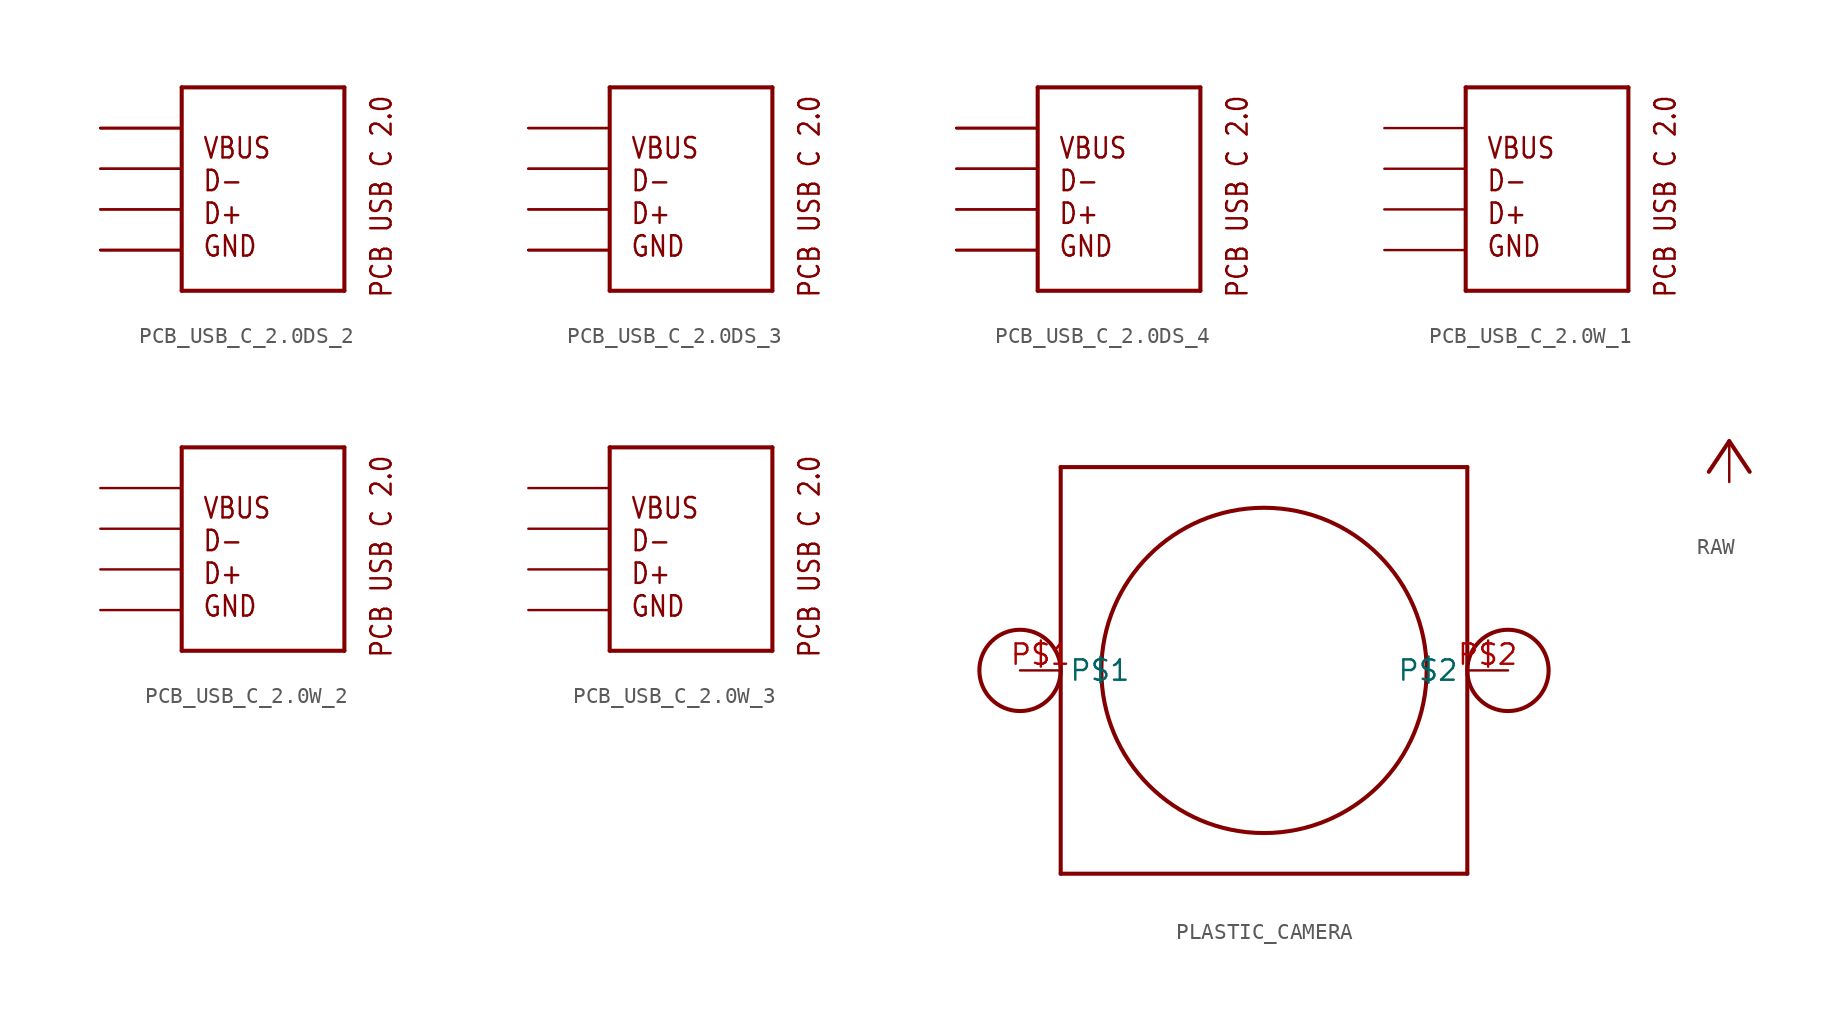
<source format=kicad_sym>
(kicad_symbol_lib
  (version 20231120)
  (generator "kicad_symbol_editor")
  (generator_version "8.0")
  (symbol "PCB_USB_C_2.0DS_2"
    (property "Reference" ""
      (at -1.778 5.842 0)
      (effects (font (size 1.27 1.079)) (justify left bottom) (hide yes)))
    (property "ki_locked" ""
      (at 0 0 0)
      (effects (font (size 1.27 1.27))))
    (symbol "PCB_USB_C_2.0DS_2_1_0"
      (polyline (pts (xy -2.54 -7.62) (xy 7.62 -7.62)) (stroke (width 0.254) (type solid)) (fill (type none)))
      (polyline (pts (xy -2.54 5.08) (xy -2.54 -7.62)) (stroke (width 0.254) (type solid)) (fill (type none)))
      (polyline (pts (xy -2.54 5.08) (xy 7.62 5.08)) (stroke (width 0.254) (type solid)) (fill (type none)))
      (polyline (pts (xy 7.62 -7.62) (xy 7.62 5.08)) (stroke (width 0.254) (type solid)) (fill (type none)))
      (text "PCB USB C 2.0" (at 10.668 -8.128 900) (effects (font (size 1.27 1.079)) (justify left bottom)))
      (text "VBUS\nD-\nD+\nGND" (at -1.27 -5.588 0) (effects (font (size 1.27 1.079)) (justify left bottom)))
      (pin bidirectional line (at -7.62 -5.08 0) (length 5.08) (name "GND" (effects (font (size 0 0)))) (number "A1" (effects (font (size 0 0)))))
      (pin bidirectional line (at -7.62 -5.08 0) (length 5.08) (name "GND" (effects (font (size 0 0)))) (number "A12" (effects (font (size 0 0)))))
      (pin bidirectional line (at -7.62 2.54 0) (length 5.08) (name "VBUS" (effects (font (size 0 0)))) (number "A4" (effects (font (size 0 0)))))
      (pin bidirectional line (at -7.62 -2.54 0) (length 5.08) (name "D+" (effects (font (size 0 0)))) (number "A6" (effects (font (size 0 0)))))
      (pin bidirectional line (at -7.62 0 0) (length 5.08) (name "D-" (effects (font (size 0 0)))) (number "A7" (effects (font (size 0 0)))))
      (pin bidirectional line (at -7.62 2.54 0) (length 5.08) (name "VBUS" (effects (font (size 0 0)))) (number "A9" (effects (font (size 0 0)))))
      (pin bidirectional line (at -7.62 -5.08 0) (length 5.08) (name "GND" (effects (font (size 0 0)))) (number "B1" (effects (font (size 0 0)))))
      (pin bidirectional line (at -7.62 -5.08 0) (length 5.08) (name "GND" (effects (font (size 0 0)))) (number "B12" (effects (font (size 0 0)))))
      (pin bidirectional line (at -7.62 2.54 0) (length 5.08) (name "VBUS" (effects (font (size 0 0)))) (number "B4" (effects (font (size 0 0)))))
      (pin bidirectional line (at -7.62 -2.54 0) (length 5.08) (name "D+" (effects (font (size 0 0)))) (number "B6" (effects (font (size 0 0)))))
      (pin bidirectional line (at -7.62 0 0) (length 5.08) (name "D-" (effects (font (size 0 0)))) (number "B7" (effects (font (size 0 0)))))
      (pin bidirectional line (at -7.62 2.54 0) (length 5.08) (name "VBUS" (effects (font (size 0 0)))) (number "B9" (effects (font (size 0 0)))))))
  (symbol "PCB_USB_C_2.0DS_3"
    (property "Reference" ""
      (at -1.778 5.842 0)
      (effects (font (size 1.27 1.079)) (justify left bottom) (hide yes)))
    (property "ki_locked" ""
      (at 0 0 0)
      (effects (font (size 1.27 1.27))))
    (symbol "PCB_USB_C_2.0DS_3_1_0"
      (polyline (pts (xy -2.54 -7.62) (xy 7.62 -7.62)) (stroke (width 0.254) (type solid)) (fill (type none)))
      (polyline (pts (xy -2.54 5.08) (xy -2.54 -7.62)) (stroke (width 0.254) (type solid)) (fill (type none)))
      (polyline (pts (xy -2.54 5.08) (xy 7.62 5.08)) (stroke (width 0.254) (type solid)) (fill (type none)))
      (polyline (pts (xy 7.62 -7.62) (xy 7.62 5.08)) (stroke (width 0.254) (type solid)) (fill (type none)))
      (text "PCB USB C 2.0" (at 10.668 -8.128 900) (effects (font (size 1.27 1.079)) (justify left bottom)))
      (text "VBUS\nD-\nD+\nGND" (at -1.27 -5.588 0) (effects (font (size 1.27 1.079)) (justify left bottom)))
      (pin bidirectional line (at -7.62 -5.08 0) (length 5.08) (name "GND" (effects (font (size 0 0)))) (number "A1" (effects (font (size 0 0)))))
      (pin bidirectional line (at -7.62 -5.08 0) (length 5.08) (name "GND" (effects (font (size 0 0)))) (number "A12" (effects (font (size 0 0)))))
      (pin bidirectional line (at -7.62 2.54 0) (length 5.08) (name "VBUS" (effects (font (size 0 0)))) (number "A4" (effects (font (size 0 0)))))
      (pin bidirectional line (at -7.62 -2.54 0) (length 5.08) (name "D+" (effects (font (size 0 0)))) (number "A6" (effects (font (size 0 0)))))
      (pin bidirectional line (at -7.62 0 0) (length 5.08) (name "D-" (effects (font (size 0 0)))) (number "A7" (effects (font (size 0 0)))))
      (pin bidirectional line (at -7.62 2.54 0) (length 5.08) (name "VBUS" (effects (font (size 0 0)))) (number "A9" (effects (font (size 0 0)))))
      (pin bidirectional line (at -7.62 -5.08 0) (length 5.08) (name "GND" (effects (font (size 0 0)))) (number "B1" (effects (font (size 0 0)))))
      (pin bidirectional line (at -7.62 -5.08 0) (length 5.08) (name "GND" (effects (font (size 0 0)))) (number "B12" (effects (font (size 0 0)))))
      (pin bidirectional line (at -7.62 -2.54 0) (length 5.08) (name "D+" (effects (font (size 0 0)))) (number "B6" (effects (font (size 0 0)))))
      (pin bidirectional line (at -7.62 0 0) (length 5.08) (name "D-" (effects (font (size 0 0)))) (number "B7" (effects (font (size 0 0)))))))
  (symbol "PCB_USB_C_2.0DS_4"
    (property "Reference" ""
      (at -1.778 5.842 0)
      (effects (font (size 1.27 1.079)) (justify left bottom) (hide yes)))
    (property "ki_locked" ""
      (at 0 0 0)
      (effects (font (size 1.27 1.27))))
    (symbol "PCB_USB_C_2.0DS_4_1_0"
      (polyline (pts (xy -2.54 -7.62) (xy 7.62 -7.62)) (stroke (width 0.254) (type solid)) (fill (type none)))
      (polyline (pts (xy -2.54 5.08) (xy -2.54 -7.62)) (stroke (width 0.254) (type solid)) (fill (type none)))
      (polyline (pts (xy -2.54 5.08) (xy 7.62 5.08)) (stroke (width 0.254) (type solid)) (fill (type none)))
      (polyline (pts (xy 7.62 -7.62) (xy 7.62 5.08)) (stroke (width 0.254) (type solid)) (fill (type none)))
      (text "PCB USB C 2.0" (at 10.668 -8.128 900) (effects (font (size 1.27 1.079)) (justify left bottom)))
      (text "VBUS\nD-\nD+\nGND" (at -1.27 -5.588 0) (effects (font (size 1.27 1.079)) (justify left bottom)))
      (pin bidirectional line (at -7.62 -5.08 0) (length 5.08) (name "GND" (effects (font (size 0 0)))) (number "A1" (effects (font (size 0 0)))))
      (pin bidirectional line (at -7.62 -5.08 0) (length 5.08) (name "GND" (effects (font (size 0 0)))) (number "A12" (effects (font (size 0 0)))))
      (pin bidirectional line (at -7.62 2.54 0) (length 5.08) (name "VBUS" (effects (font (size 0 0)))) (number "A4" (effects (font (size 0 0)))))
      (pin bidirectional line (at -7.62 -2.54 0) (length 5.08) (name "D+" (effects (font (size 0 0)))) (number "A6" (effects (font (size 0 0)))))
      (pin bidirectional line (at -7.62 0 0) (length 5.08) (name "D-" (effects (font (size 0 0)))) (number "A7" (effects (font (size 0 0)))))
      (pin bidirectional line (at -7.62 2.54 0) (length 5.08) (name "VBUS" (effects (font (size 0 0)))) (number "A9" (effects (font (size 0 0)))))
      (pin bidirectional line (at -7.62 -5.08 0) (length 5.08) (name "GND" (effects (font (size 0 0)))) (number "B1" (effects (font (size 0 0)))))
      (pin bidirectional line (at -7.62 -5.08 0) (length 5.08) (name "GND" (effects (font (size 0 0)))) (number "B12" (effects (font (size 0 0)))))
      (pin bidirectional line (at -7.62 2.54 0) (length 5.08) (name "VBUS" (effects (font (size 0 0)))) (number "B4" (effects (font (size 0 0)))))
      (pin bidirectional line (at -7.62 -2.54 0) (length 5.08) (name "D+" (effects (font (size 0 0)))) (number "B6" (effects (font (size 0 0)))))
      (pin bidirectional line (at -7.62 0 0) (length 5.08) (name "D-" (effects (font (size 0 0)))) (number "B7" (effects (font (size 0 0)))))
      (pin bidirectional line (at -7.62 2.54 0) (length 5.08) (name "VBUS" (effects (font (size 0 0)))) (number "B9" (effects (font (size 0 0)))))))
  (symbol "PCB_USB_C_2.0W_1"
    (property "Reference" ""
      (at -1.778 5.842 0)
      (effects (font (size 1.27 1.079)) (justify left bottom) (hide yes)))
    (property "ki_locked" ""
      (at 0 0 0)
      (effects (font (size 1.27 1.27))))
    (symbol "PCB_USB_C_2.0W_1_1_0"
      (polyline (pts (xy -2.54 -7.62) (xy 7.62 -7.62)) (stroke (width 0.254) (type solid)) (fill (type none)))
      (polyline (pts (xy -2.54 5.08) (xy -2.54 -7.62)) (stroke (width 0.254) (type solid)) (fill (type none)))
      (polyline (pts (xy -2.54 5.08) (xy 7.62 5.08)) (stroke (width 0.254) (type solid)) (fill (type none)))
      (polyline (pts (xy 7.62 -7.62) (xy 7.62 5.08)) (stroke (width 0.254) (type solid)) (fill (type none)))
      (text "PCB USB C 2.0" (at 10.668 -8.128 900) (effects (font (size 1.27 1.079)) (justify left bottom)))
      (text "VBUS\nD-\nD+\nGND" (at -1.27 -5.588 0) (effects (font (size 1.27 1.079)) (justify left bottom)))
      (pin bidirectional line (at -7.62 -2.54 0) (length 5.08) (name "D+" (effects (font (size 0 0)))) (number "D+" (effects (font (size 0 0)))))
      (pin bidirectional line (at -7.62 0 0) (length 5.08) (name "D-" (effects (font (size 0 0)))) (number "D-" (effects (font (size 0 0)))))
      (pin bidirectional line (at -7.62 -5.08 0) (length 5.08) (name "GND" (effects (font (size 0 0)))) (number "GND" (effects (font (size 0 0)))))
      (pin bidirectional line (at -7.62 2.54 0) (length 5.08) (name "VBUS" (effects (font (size 0 0)))) (number "VBUS" (effects (font (size 0 0)))))))
  (symbol "PCB_USB_C_2.0W_2"
    (property "Reference" ""
      (at -1.778 5.842 0)
      (effects (font (size 1.27 1.079)) (justify left bottom) (hide yes)))
    (property "ki_locked" ""
      (at 0 0 0)
      (effects (font (size 1.27 1.27))))
    (symbol "PCB_USB_C_2.0W_2_1_0"
      (polyline (pts (xy -2.54 -7.62) (xy 7.62 -7.62)) (stroke (width 0.254) (type solid)) (fill (type none)))
      (polyline (pts (xy -2.54 5.08) (xy -2.54 -7.62)) (stroke (width 0.254) (type solid)) (fill (type none)))
      (polyline (pts (xy -2.54 5.08) (xy 7.62 5.08)) (stroke (width 0.254) (type solid)) (fill (type none)))
      (polyline (pts (xy 7.62 -7.62) (xy 7.62 5.08)) (stroke (width 0.254) (type solid)) (fill (type none)))
      (text "PCB USB C 2.0" (at 10.668 -8.128 900) (effects (font (size 1.27 1.079)) (justify left bottom)))
      (text "VBUS\nD-\nD+\nGND" (at -1.27 -5.588 0) (effects (font (size 1.27 1.079)) (justify left bottom)))
      (pin bidirectional line (at -7.62 -2.54 0) (length 5.08) (name "D+" (effects (font (size 0 0)))) (number "D+" (effects (font (size 0 0)))))
      (pin bidirectional line (at -7.62 0 0) (length 5.08) (name "D-" (effects (font (size 0 0)))) (number "D-" (effects (font (size 0 0)))))
      (pin bidirectional line (at -7.62 -5.08 0) (length 5.08) (name "GND" (effects (font (size 0 0)))) (number "GND" (effects (font (size 0 0)))))
      (pin bidirectional line (at -7.62 2.54 0) (length 5.08) (name "VBUS" (effects (font (size 0 0)))) (number "VBUS" (effects (font (size 0 0)))))))
  (symbol "PCB_USB_C_2.0W_3"
    (property "Reference" ""
      (at -1.778 5.842 0)
      (effects (font (size 1.27 1.079)) (justify left bottom) (hide yes)))
    (property "ki_locked" ""
      (at 0 0 0)
      (effects (font (size 1.27 1.27))))
    (symbol "PCB_USB_C_2.0W_3_1_0"
      (polyline (pts (xy -2.54 -7.62) (xy 7.62 -7.62)) (stroke (width 0.254) (type solid)) (fill (type none)))
      (polyline (pts (xy -2.54 5.08) (xy -2.54 -7.62)) (stroke (width 0.254) (type solid)) (fill (type none)))
      (polyline (pts (xy -2.54 5.08) (xy 7.62 5.08)) (stroke (width 0.254) (type solid)) (fill (type none)))
      (polyline (pts (xy 7.62 -7.62) (xy 7.62 5.08)) (stroke (width 0.254) (type solid)) (fill (type none)))
      (text "PCB USB C 2.0" (at 10.668 -8.128 900) (effects (font (size 1.27 1.079)) (justify left bottom)))
      (text "VBUS\nD-\nD+\nGND" (at -1.27 -5.588 0) (effects (font (size 1.27 1.079)) (justify left bottom)))
      (pin bidirectional line (at -7.62 -2.54 0) (length 5.08) (name "D+" (effects (font (size 0 0)))) (number "D+" (effects (font (size 0 0)))))
      (pin bidirectional line (at -7.62 0 0) (length 5.08) (name "D-" (effects (font (size 0 0)))) (number "D-" (effects (font (size 0 0)))))
      (pin bidirectional line (at -7.62 -5.08 0) (length 5.08) (name "GND" (effects (font (size 0 0)))) (number "GND" (effects (font (size 0 0)))))
      (pin bidirectional line (at -7.62 2.54 0) (length 5.08) (name "VBUS" (effects (font (size 0 0)))) (number "VBUS" (effects (font (size 0 0)))))))
  (symbol "PLASTIC_CAMERA"
    (property "Reference" ""
      (at 0 0 0)
      (effects (font (size 1.27 1.27)) (hide yes)))
    (property "ki_locked" ""
      (at 0 0 0)
      (effects (font (size 1.27 1.27))))
    (symbol "PLASTIC_CAMERA_1_0"
      (circle (center -15.24 0) (radius 2.54) (stroke (width 0.254) (type solid)) (fill (type none)))
      (polyline (pts (xy -12.7 -12.7) (xy 12.7 -12.7)) (stroke (width 0.254) (type solid)) (fill (type none)))
      (polyline (pts (xy -12.7 12.7) (xy -12.7 -12.7)) (stroke (width 0.254) (type solid)) (fill (type none)))
      (polyline (pts (xy -12.7 12.7) (xy 12.7 12.7)) (stroke (width 0.254) (type solid)) (fill (type none)))
      (polyline (pts (xy 12.7 -12.7) (xy 12.7 12.7)) (stroke (width 0.254) (type solid)) (fill (type none)))
      (circle (center 0 0) (radius 10.16) (stroke (width 0.254) (type solid)) (fill (type none)))
      (circle (center 15.24 0) (radius 2.54) (stroke (width 0.254) (type solid)) (fill (type none)))
      (pin power_in line (at -15.24 0 0) (length 2.54) (name "P$1" (effects (font (size 1.27 1.27)))) (number "P$1" (effects (font (size 1.27 1.27)))))
      (pin power_in line (at 15.24 0 180) (length 2.54) (name "P$2" (effects (font (size 1.27 1.27)))) (number "P$2" (effects (font (size 1.27 1.27)))))))
  (symbol "RAW"
    (power)
    (property "Reference" "#RAW"
      (at 0 0 0)
      (effects (font (size 1.27 1.27)) (hide yes)))
    (property "Value" ""
      (at -2.54 -2.54 90)
      (effects (font (size 1.778 1.511)) (justify left bottom)))
    (property "ki_locked" ""
      (at 0 0 0)
      (effects (font (size 1.27 1.27))))
    (symbol "RAW_1_0"
      (polyline (pts (xy 0 2.54) (xy -1.27 0.635)) (stroke (width 0.254) (type solid)) (fill (type none)))
      (polyline (pts (xy 1.27 0.635) (xy 0 2.54)) (stroke (width 0.254) (type solid)) (fill (type none)))
      (pin power_in line (at 0 0 90) (length 2.54) (name "RAW" (effects (font (size 0 0)))) (number "1" (effects (font (size 0 0))))))))
</source>
